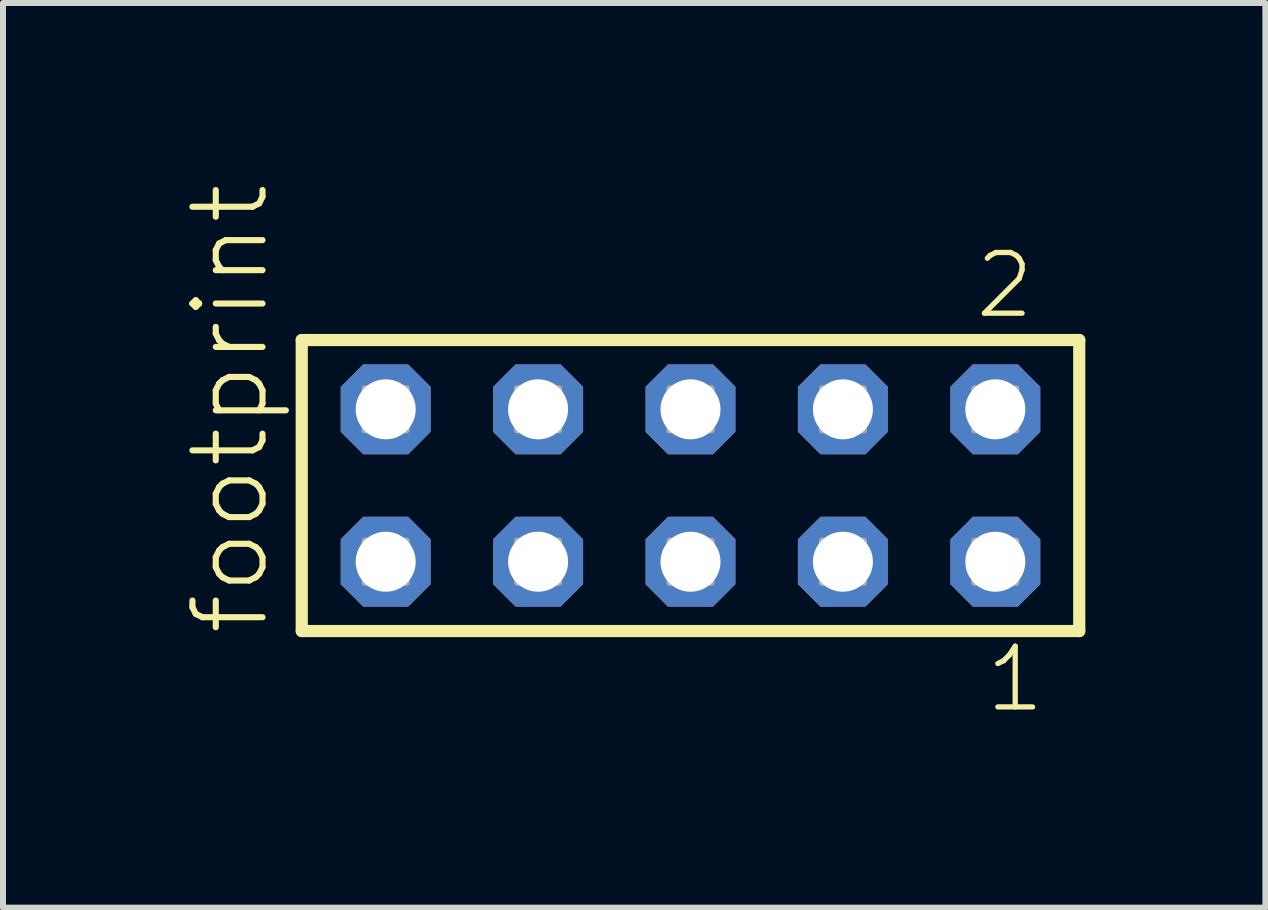
<source format=kicad_pcb>
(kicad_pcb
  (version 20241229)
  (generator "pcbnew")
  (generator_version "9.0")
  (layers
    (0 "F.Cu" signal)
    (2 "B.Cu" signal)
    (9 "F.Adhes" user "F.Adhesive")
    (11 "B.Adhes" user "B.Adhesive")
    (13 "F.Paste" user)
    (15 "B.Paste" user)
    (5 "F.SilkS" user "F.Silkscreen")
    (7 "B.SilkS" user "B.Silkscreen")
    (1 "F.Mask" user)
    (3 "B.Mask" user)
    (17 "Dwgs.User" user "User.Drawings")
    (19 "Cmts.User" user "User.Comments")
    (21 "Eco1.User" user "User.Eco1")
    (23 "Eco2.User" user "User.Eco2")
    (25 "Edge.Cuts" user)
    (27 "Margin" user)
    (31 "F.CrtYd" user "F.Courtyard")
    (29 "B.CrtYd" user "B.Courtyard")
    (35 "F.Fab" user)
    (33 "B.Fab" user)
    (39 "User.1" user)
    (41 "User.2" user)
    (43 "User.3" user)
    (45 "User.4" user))
  (footprint "footprint"
    (layer "F.Cu")
    (at 8.458 5.042)
    (property "Reference" "footprint" (at -6.985 2.54 90) (layer "F.SilkS") (effects (font (size 1.168 1.168) (thickness 0.102)) (justify left bottom)))
    (fp_line (start -6.479 -2.425) (end 6.479 -2.425) (stroke (width 0.203) (type solid)) (layer "F.SilkS"))
    (fp_line (start -6.479 2.425) (end -6.479 -2.425) (stroke (width 0.203) (type solid)) (layer "F.SilkS"))
    (fp_line (start 6.479 -2.425) (end 6.479 2.425) (stroke (width 0.203) (type solid)) (layer "F.SilkS"))
    (fp_line (start 6.479 2.425) (end -6.479 2.425) (stroke (width 0.203) (type solid)) (layer "F.SilkS"))
    (fp_poly (pts (xy -5.43 -0.92) (xy -4.73 -0.92) (xy -4.73 -1.62) (xy -5.43 -1.62)) (stroke (width 0.1) (type solid)) (fill no) (layer "F.Fab"))
    (fp_poly (pts (xy -5.43 1.62) (xy -4.73 1.62) (xy -4.73 0.92) (xy -5.43 0.92)) (stroke (width 0.1) (type solid)) (fill no) (layer "F.Fab"))
    (fp_poly (pts (xy -2.89 -0.92) (xy -2.19 -0.92) (xy -2.19 -1.62) (xy -2.89 -1.62)) (stroke (width 0.1) (type solid)) (fill no) (layer "F.Fab"))
    (fp_poly (pts (xy -2.89 1.62) (xy -2.19 1.62) (xy -2.19 0.92) (xy -2.89 0.92)) (stroke (width 0.1) (type solid)) (fill no) (layer "F.Fab"))
    (fp_poly (pts (xy -0.35 -0.92) (xy 0.35 -0.92) (xy 0.35 -1.62) (xy -0.35 -1.62)) (stroke (width 0.1) (type solid)) (fill no) (layer "F.Fab"))
    (fp_poly (pts (xy -0.35 1.62) (xy 0.35 1.62) (xy 0.35 0.92) (xy -0.35 0.92)) (stroke (width 0.1) (type solid)) (fill no) (layer "F.Fab"))
    (fp_poly (pts (xy 2.19 -0.92) (xy 2.89 -0.92) (xy 2.89 -1.62) (xy 2.19 -1.62)) (stroke (width 0.1) (type solid)) (fill no) (layer "F.Fab"))
    (fp_poly (pts (xy 2.19 1.62) (xy 2.89 1.62) (xy 2.89 0.92) (xy 2.19 0.92)) (stroke (width 0.1) (type solid)) (fill no) (layer "F.Fab"))
    (fp_poly (pts (xy 4.73 -0.92) (xy 5.43 -0.92) (xy 5.43 -1.62) (xy 4.73 -1.62)) (stroke (width 0.1) (type solid)) (fill no) (layer "F.Fab"))
    (fp_poly (pts (xy 4.73 1.62) (xy 5.43 1.62) (xy 5.43 0.92) (xy 4.73 0.92)) (stroke (width 0.1) (type solid)) (fill no) (layer "F.Fab"))
    (fp_text user "2" (at 4.697 -2.744 0) (layer "F.SilkS") (effects (font (size 1.012 1.012) (thickness 0.088)) (justify left bottom)))
    (fp_text user "1" (at 4.872 3.818 0) (layer "F.SilkS") (effects (font (size 1.012 1.012) (thickness 0.088)) (justify left bottom)))
    (pad "1" thru_hole roundrect (at 5.08 1.27 180) (size 1.5 1.5) (drill 1) (layers "*.Cu" "*.Mask") (roundrect_rratio 0.25) (chamfer_ratio 0.25) (chamfer top_left top_right bottom_left bottom_right))
    (pad "2" thru_hole roundrect (at 5.08 -1.27 180) (size 1.5 1.5) (drill 1) (layers "*.Cu" "*.Mask") (roundrect_rratio 0.25) (chamfer_ratio 0.25) (chamfer top_left top_right bottom_left bottom_right))
    (pad "3" thru_hole roundrect (at 2.54 1.27 180) (size 1.5 1.5) (drill 1) (layers "*.Cu" "*.Mask") (roundrect_rratio 0.25) (chamfer_ratio 0.25) (chamfer top_left top_right bottom_left bottom_right))
    (pad "4" thru_hole roundrect (at 2.54 -1.27 180) (size 1.5 1.5) (drill 1) (layers "*.Cu" "*.Mask") (roundrect_rratio 0.25) (chamfer_ratio 0.25) (chamfer top_left top_right bottom_left bottom_right))
    (pad "5" thru_hole roundrect (at 0 1.27 180) (size 1.5 1.5) (drill 1) (layers "*.Cu" "*.Mask") (roundrect_rratio 0.25) (chamfer_ratio 0.25) (chamfer top_left top_right bottom_left bottom_right))
    (pad "6" thru_hole roundrect (at 0 -1.27 180) (size 1.5 1.5) (drill 1) (layers "*.Cu" "*.Mask") (roundrect_rratio 0.25) (chamfer_ratio 0.25) (chamfer top_left top_right bottom_left bottom_right))
    (pad "7" thru_hole roundrect (at -2.54 1.27 180) (size 1.5 1.5) (drill 1) (layers "*.Cu" "*.Mask") (roundrect_rratio 0.25) (chamfer_ratio 0.25) (chamfer top_left top_right bottom_left bottom_right))
    (pad "8" thru_hole roundrect (at -2.54 -1.27 180) (size 1.5 1.5) (drill 1) (layers "*.Cu" "*.Mask") (roundrect_rratio 0.25) (chamfer_ratio 0.25) (chamfer top_left top_right bottom_left bottom_right))
    (pad "9" thru_hole roundrect (at -5.08 1.27 180) (size 1.5 1.5) (drill 1) (layers "*.Cu" "*.Mask") (roundrect_rratio 0.25) (chamfer_ratio 0.25) (chamfer top_left top_right bottom_left bottom_right))
    (pad "10" thru_hole roundrect (at -5.08 -1.27 180) (size 1.5 1.5) (drill 1) (layers "*.Cu" "*.Mask") (roundrect_rratio 0.25) (chamfer_ratio 0.25) (chamfer top_left top_right bottom_left bottom_right)))
  (gr_rect
    (start -3 -3)
    (end 18.039 12.077)
    (stroke (width 0.1) (type default))
    (fill no)
    (layer "Edge.Cuts")))
</source>
